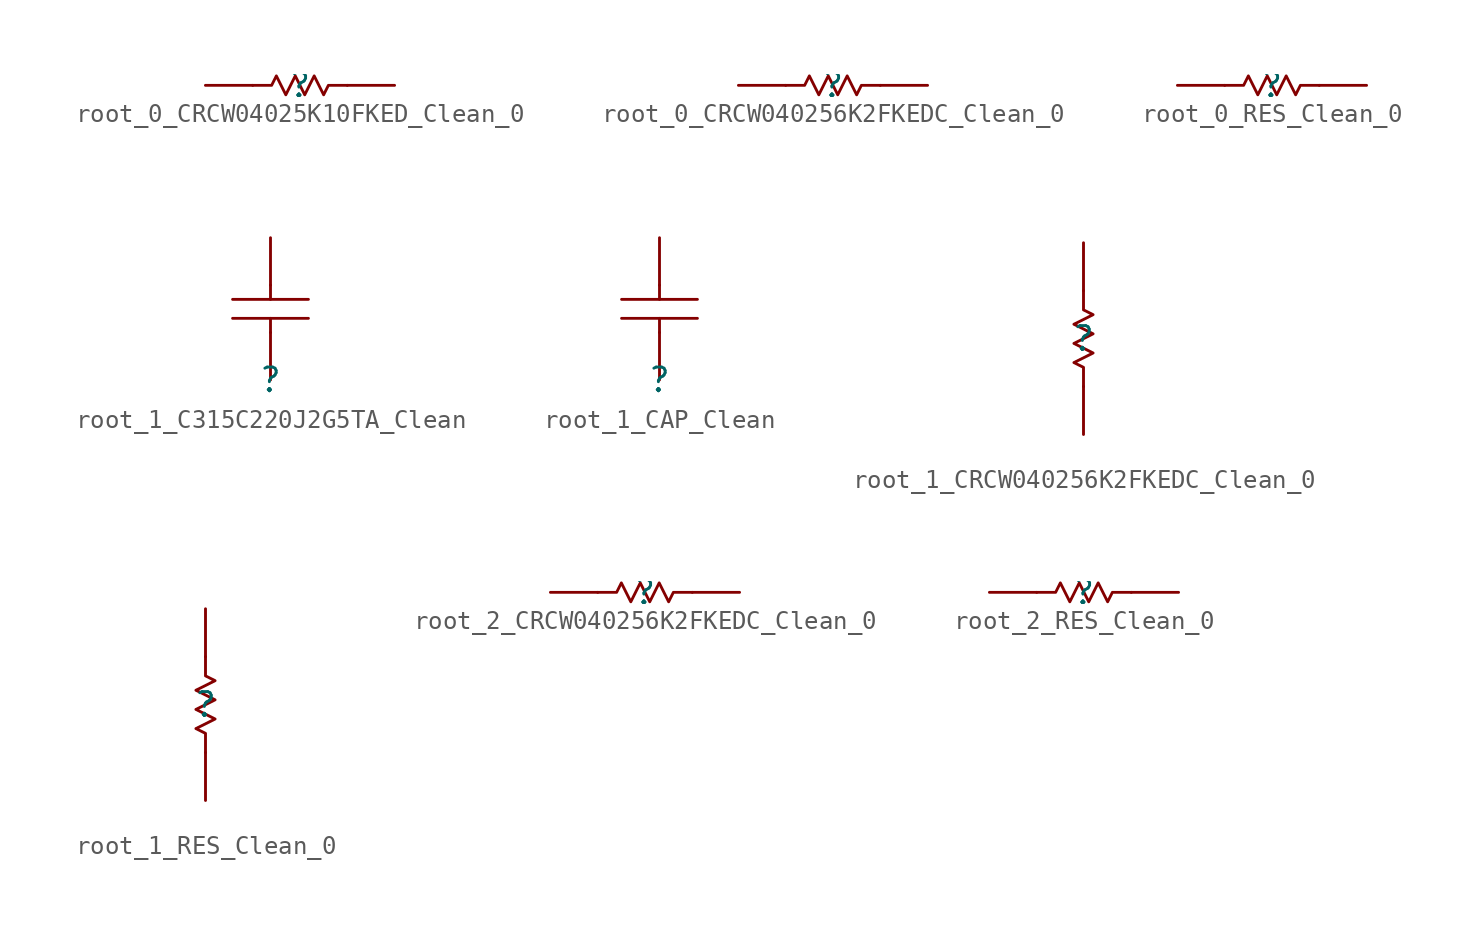
<source format=kicad_sym>
(kicad_symbol_lib
  (version 20241209)
  (generator "kicad_symbol_editor")
  (generator_version "9.0")
  (symbol "root_0_CRCW04025K10FKED_Clean_0"
    (pin_numbers
      (hide yes))
    (pin_names
      (hide yes))
    (property "Reference" ""
      (at 0 0 0)
      (effects (font (size 1.27 1.27))))
    (property "Value" ""
      (at 0 0 0)
      (effects (font (size 1.27 1.27))))
    (symbol "root_0_CRCW04025K10FKED_Clean_0_1_0"
      (polyline (pts (xy 2.54 0) (xy 1.524 0) (xy 1.27 -0.508) (xy 0.762 0.508) (xy 0.254 -0.508) (xy -0.254 0.508) (xy -0.762 -0.508) (xy -1.27 0.508) (xy -1.524 0) (xy -2.54 0)) (stroke (width 0) (type solid)) (fill (type none)))
      (pin passive line (at -5.08 0 0) (length 2.54) (name "1" (effects (font (size 1.27 1.27)))) (number "1" (effects (font (size 1.27 1.27)))))
      (pin passive line (at 5.08 0 180) (length 2.54) (name "2" (effects (font (size 1.27 1.27)))) (number "2" (effects (font (size 1.27 1.27)))))))
  (symbol "root_0_CRCW040256K2FKEDC_Clean_0"
    (pin_numbers
      (hide yes))
    (pin_names
      (hide yes))
    (property "Reference" ""
      (at 0 0 0)
      (effects (font (size 1.27 1.27))))
    (property "Value" ""
      (at 0 0 0)
      (effects (font (size 1.27 1.27))))
    (symbol "root_0_CRCW040256K2FKEDC_Clean_0_1_0"
      (polyline (pts (xy 2.54 0) (xy 1.524 0) (xy 1.27 -0.508) (xy 0.762 0.508) (xy 0.254 -0.508) (xy -0.254 0.508) (xy -0.762 -0.508) (xy -1.27 0.508) (xy -1.524 0) (xy -2.54 0)) (stroke (width 0) (type solid)) (fill (type none)))
      (pin passive line (at -5.08 0 0) (length 2.54) (name "1" (effects (font (size 1.27 1.27)))) (number "1" (effects (font (size 1.27 1.27)))))
      (pin passive line (at 5.08 0 180) (length 2.54) (name "2" (effects (font (size 1.27 1.27)))) (number "2" (effects (font (size 1.27 1.27)))))))
  (symbol "root_0_RES_Clean_0"
    (pin_numbers
      (hide yes))
    (pin_names
      (hide yes))
    (property "Reference" ""
      (at 0 0 0)
      (effects (font (size 1.27 1.27))))
    (property "Value" ""
      (at 0 0 0)
      (effects (font (size 1.27 1.27))))
    (symbol "root_0_RES_Clean_0_1_0"
      (polyline (pts (xy 2.54 0) (xy 1.524 0) (xy 1.27 -0.508) (xy 0.762 0.508) (xy 0.254 -0.508) (xy -0.254 0.508) (xy -0.762 -0.508) (xy -1.27 0.508) (xy -1.524 0) (xy -2.54 0)) (stroke (width 0) (type solid)) (fill (type none)))
      (pin passive line (at -5.08 0 0) (length 2.54) (name "1" (effects (font (size 1.27 1.27)))) (number "1" (effects (font (size 1.27 1.27)))))
      (pin passive line (at 5.08 0 180) (length 2.54) (name "2" (effects (font (size 1.27 1.27)))) (number "2" (effects (font (size 1.27 1.27)))))))
  (symbol "root_1_C315C220J2G5TA_Clean"
    (pin_numbers
      (hide yes))
    (pin_names
      (hide yes))
    (property "Reference" ""
      (at 0 0 0)
      (effects (font (size 1.27 1.27))))
    (property "Value" ""
      (at 0 0 0)
      (effects (font (size 1.27 1.27))))
    (symbol "root_1_C315C220J2G5TA_Clean_1_0"
      (polyline (pts (xy -2.032 4.318) (xy 2.032 4.318)) (stroke (width 0) (type solid)) (fill (type none)))
      (polyline (pts (xy 0 5.08) (xy 0 4.318)) (stroke (width 0) (type solid)) (fill (type none)))
      (polyline (pts (xy 0 2.54) (xy 0 3.302)) (stroke (width 0) (type solid)) (fill (type none)))
      (polyline (pts (xy 2.032 3.302) (xy -2.032 3.302)) (stroke (width 0) (type solid)) (fill (type none)))
      (pin passive line (at 0 7.62 270) (length 2.54) (name "2" (effects (font (size 1.27 1.27)))) (number "2" (effects (font (size 1.27 1.27)))))
      (pin passive line (at 0 0 90) (length 2.54) (name "1" (effects (font (size 1.27 1.27)))) (number "1" (effects (font (size 1.27 1.27)))))))
  (symbol "root_1_CAP_Clean"
    (pin_numbers
      (hide yes))
    (pin_names
      (hide yes))
    (property "Reference" ""
      (at 0 0 0)
      (effects (font (size 1.27 1.27))))
    (property "Value" ""
      (at 0 0 0)
      (effects (font (size 1.27 1.27))))
    (symbol "root_1_CAP_Clean_1_0"
      (polyline (pts (xy -2.032 4.318) (xy 2.032 4.318)) (stroke (width 0) (type solid)) (fill (type none)))
      (polyline (pts (xy 0 5.08) (xy 0 4.318)) (stroke (width 0) (type solid)) (fill (type none)))
      (polyline (pts (xy 0 2.54) (xy 0 3.302)) (stroke (width 0) (type solid)) (fill (type none)))
      (polyline (pts (xy 2.032 3.302) (xy -2.032 3.302)) (stroke (width 0) (type solid)) (fill (type none)))
      (pin passive line (at 0 7.62 270) (length 2.54) (name "2" (effects (font (size 1.27 1.27)))) (number "2" (effects (font (size 1.27 1.27)))))
      (pin passive line (at 0 0 90) (length 2.54) (name "1" (effects (font (size 1.27 1.27)))) (number "1" (effects (font (size 1.27 1.27)))))))
  (symbol "root_1_CRCW040256K2FKEDC_Clean_0"
    (pin_numbers
      (hide yes))
    (pin_names
      (hide yes))
    (property "Reference" ""
      (at 0 0 0)
      (effects (font (size 1.27 1.27))))
    (property "Value" ""
      (at 0 0 0)
      (effects (font (size 1.27 1.27))))
    (symbol "root_1_CRCW040256K2FKEDC_Clean_0_1_0"
      (polyline (pts (xy 0 2.54) (xy 0 1.524) (xy 0.508 1.27) (xy -0.508 0.762) (xy 0.508 0.254) (xy -0.508 -0.254) (xy 0.508 -0.762) (xy -0.508 -1.27) (xy 0 -1.524) (xy 0 -2.54)) (stroke (width 0) (type solid)) (fill (type none)))
      (pin passive line (at 0 5.08 270) (length 2.54) (name "2" (effects (font (size 1.27 1.27)))) (number "2" (effects (font (size 1.27 1.27)))))
      (pin passive line (at 0 -5.08 90) (length 2.54) (name "1" (effects (font (size 1.27 1.27)))) (number "1" (effects (font (size 1.27 1.27)))))))
  (symbol "root_1_RES_Clean_0"
    (pin_numbers
      (hide yes))
    (pin_names
      (hide yes))
    (property "Reference" ""
      (at 0 0 0)
      (effects (font (size 1.27 1.27))))
    (property "Value" ""
      (at 0 0 0)
      (effects (font (size 1.27 1.27))))
    (symbol "root_1_RES_Clean_0_1_0"
      (polyline (pts (xy 0 2.54) (xy 0 1.524) (xy 0.508 1.27) (xy -0.508 0.762) (xy 0.508 0.254) (xy -0.508 -0.254) (xy 0.508 -0.762) (xy -0.508 -1.27) (xy 0 -1.524) (xy 0 -2.54)) (stroke (width 0) (type solid)) (fill (type none)))
      (pin passive line (at 0 5.08 270) (length 2.54) (name "2" (effects (font (size 1.27 1.27)))) (number "2" (effects (font (size 1.27 1.27)))))
      (pin passive line (at 0 -5.08 90) (length 2.54) (name "1" (effects (font (size 1.27 1.27)))) (number "1" (effects (font (size 1.27 1.27)))))))
  (symbol "root_2_CRCW040256K2FKEDC_Clean_0"
    (pin_numbers
      (hide yes))
    (pin_names
      (hide yes))
    (property "Reference" ""
      (at 0 0 0)
      (effects (font (size 1.27 1.27))))
    (property "Value" ""
      (at 0 0 0)
      (effects (font (size 1.27 1.27))))
    (symbol "root_2_CRCW040256K2FKEDC_Clean_0_1_0"
      (polyline (pts (xy -2.54 0) (xy -1.524 0) (xy -1.27 0.508) (xy -0.762 -0.508) (xy -0.254 0.508) (xy 0.254 -0.508) (xy 0.762 0.508) (xy 1.27 -0.508) (xy 1.524 0) (xy 2.54 0)) (stroke (width 0) (type solid)) (fill (type none)))
      (pin passive line (at -5.08 0 0) (length 2.54) (name "2" (effects (font (size 1.27 1.27)))) (number "2" (effects (font (size 1.27 1.27)))))
      (pin passive line (at 5.08 0 180) (length 2.54) (name "1" (effects (font (size 1.27 1.27)))) (number "1" (effects (font (size 1.27 1.27)))))))
  (symbol "root_2_RES_Clean_0"
    (pin_numbers
      (hide yes))
    (pin_names
      (hide yes))
    (property "Reference" ""
      (at 0 0 0)
      (effects (font (size 1.27 1.27))))
    (property "Value" ""
      (at 0 0 0)
      (effects (font (size 1.27 1.27))))
    (symbol "root_2_RES_Clean_0_1_0"
      (polyline (pts (xy -2.54 0) (xy -1.524 0) (xy -1.27 0.508) (xy -0.762 -0.508) (xy -0.254 0.508) (xy 0.254 -0.508) (xy 0.762 0.508) (xy 1.27 -0.508) (xy 1.524 0) (xy 2.54 0)) (stroke (width 0) (type solid)) (fill (type none)))
      (pin passive line (at -5.08 0 0) (length 2.54) (name "2" (effects (font (size 1.27 1.27)))) (number "2" (effects (font (size 1.27 1.27)))))
      (pin passive line (at 5.08 0 180) (length 2.54) (name "1" (effects (font (size 1.27 1.27)))) (number "1" (effects (font (size 1.27 1.27))))))))
</source>
